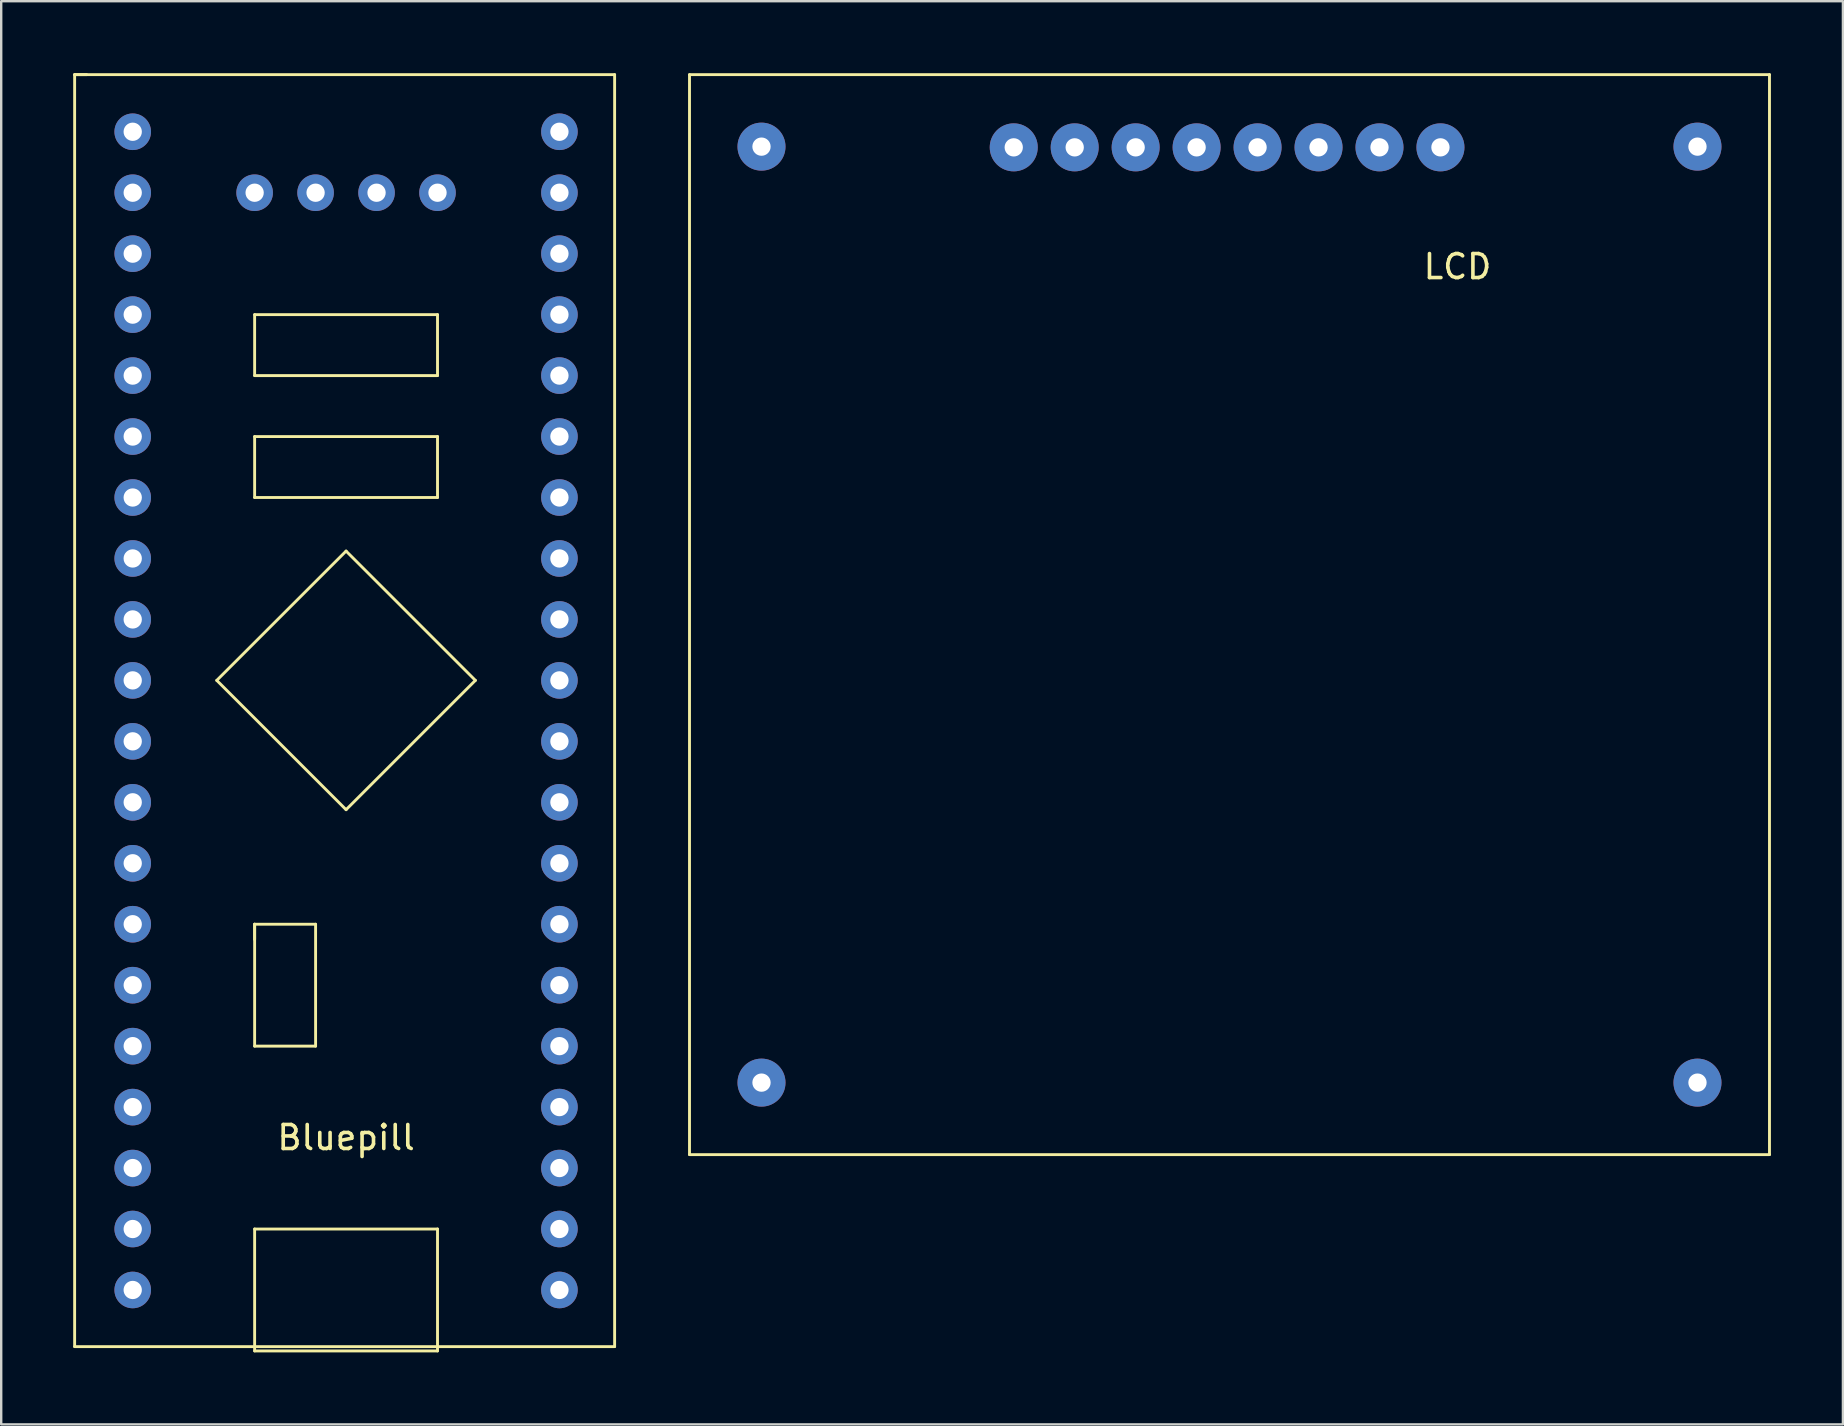
<source format=kicad_pcb>
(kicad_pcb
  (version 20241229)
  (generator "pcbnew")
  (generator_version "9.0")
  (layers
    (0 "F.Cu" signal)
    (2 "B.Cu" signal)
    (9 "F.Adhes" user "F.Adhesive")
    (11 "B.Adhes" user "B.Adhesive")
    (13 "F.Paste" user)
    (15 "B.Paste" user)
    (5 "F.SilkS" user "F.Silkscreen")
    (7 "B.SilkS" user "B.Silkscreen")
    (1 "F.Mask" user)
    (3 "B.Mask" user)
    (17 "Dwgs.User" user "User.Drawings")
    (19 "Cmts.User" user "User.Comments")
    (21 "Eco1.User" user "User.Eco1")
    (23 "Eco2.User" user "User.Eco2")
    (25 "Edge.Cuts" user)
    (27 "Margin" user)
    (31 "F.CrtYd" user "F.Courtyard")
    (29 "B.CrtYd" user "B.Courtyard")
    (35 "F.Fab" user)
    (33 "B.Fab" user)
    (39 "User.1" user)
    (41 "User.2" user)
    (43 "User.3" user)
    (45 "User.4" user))
  (footprint "LCD"
    (layer "F.Cu")
    (at 47.68 22.06)
    (property "Reference" "LCD" (at 10 -14 0) (layer "F.SilkS") (effects (font (size 1 1) (thickness 0.15))))
    (attr through_hole)
    (fp_line (start -22 -22) (end 23 -22) (stroke (width 0.12) (type solid)) (layer "F.SilkS"))
    (fp_line (start -22 23) (end -22 -22) (stroke (width 0.12) (type solid)) (layer "F.SilkS"))
    (fp_line (start 23 -22) (end 23 23) (stroke (width 0.12) (type solid)) (layer "F.SilkS"))
    (fp_line (start 23 23) (end -22 23) (stroke (width 0.12) (type solid)) (layer "F.SilkS"))
    (pad "" np_thru_hole circle (at -19 -19) (size 2 2) (drill 0.762) (layers "*.Cu" "*.Mask"))
    (pad "" np_thru_hole circle (at -19 20) (size 2 2) (drill 0.762) (layers "*.Cu" "*.Mask"))
    (pad "" np_thru_hole circle (at 20 -19) (size 2 2) (drill 0.762) (layers "*.Cu" "*.Mask"))
    (pad "" np_thru_hole circle (at 20 20) (size 2 2) (drill 0.762) (layers "*.Cu" "*.Mask"))
    (pad "1" thru_hole circle (at 9.29 -18.97 180) (size 2 2) (drill 0.762) (layers "*.Cu" "*.Mask"))
    (pad "2" thru_hole circle (at 6.75 -18.97 180) (size 2 2) (drill 0.762) (layers "*.Cu" "*.Mask"))
    (pad "3" thru_hole circle (at 4.21 -18.97 180) (size 2 2) (drill 0.762) (layers "*.Cu" "*.Mask"))
    (pad "4" thru_hole circle (at 1.67 -18.97 180) (size 2 2) (drill 0.762) (layers "*.Cu" "*.Mask"))
    (pad "5" thru_hole circle (at -0.87 -18.97 180) (size 2 2) (drill 0.762) (layers "*.Cu" "*.Mask"))
    (pad "6" thru_hole circle (at -3.41 -18.97 180) (size 2 2) (drill 0.762) (layers "*.Cu" "*.Mask"))
    (pad "7" thru_hole circle (at -5.95 -18.97 180) (size 2 2) (drill 0.762) (layers "*.Cu" "*.Mask"))
    (pad "8" thru_hole circle (at -8.49 -18.97 180) (size 2 2) (drill 0.762) (layers "*.Cu" "*.Mask")))
  (footprint "Bluepill"
    (layer "F.Cu")
    (at 11.37 25.3)
    (property "Reference" "Bluepill" (at 0 19.05 0) (layer "F.SilkS") (effects (font (size 1 1) (thickness 0.15))))
    (attr through_hole)
    (fp_line (start -11.31 -25.24) (end -11.31 27.76) (stroke (width 0.12) (type solid)) (layer "F.SilkS"))
    (fp_line (start -11.31 -25.24) (end -10.81 -25.24) (stroke (width 0.12) (type solid)) (layer "F.SilkS"))
    (fp_line (start -11.31 27.76) (end 11.19 27.76) (stroke (width 0.12) (type solid)) (layer "F.SilkS"))
    (fp_line (start -5.388 0) (end 0 5.388) (stroke (width 0.12) (type solid)) (layer "F.SilkS"))
    (fp_line (start -3.81 -15.24) (end -3.81 -12.7) (stroke (width 0.12) (type solid)) (layer "F.SilkS"))
    (fp_line (start -3.81 -12.7) (end 3.81 -12.7) (stroke (width 0.12) (type solid)) (layer "F.SilkS"))
    (fp_line (start -3.81 -10.16) (end -3.81 -7.62) (stroke (width 0.12) (type solid)) (layer "F.SilkS"))
    (fp_line (start -3.81 -7.62) (end 3.81 -7.62) (stroke (width 0.12) (type solid)) (layer "F.SilkS"))
    (fp_line (start -3.81 10.16) (end -3.81 15.24) (stroke (width 0.12) (type solid)) (layer "F.SilkS"))
    (fp_line (start -3.81 10.16) (end -1.27 10.16) (stroke (width 0.12) (type solid)) (layer "F.SilkS"))
    (fp_line (start -3.81 10.795) (end -3.81 10.16) (stroke (width 0.12) (type solid)) (layer "F.SilkS"))
    (fp_line (start -3.81 15.24) (end -1.27 15.24) (stroke (width 0.12) (type solid)) (layer "F.SilkS"))
    (fp_line (start -3.81 22.86) (end 3.81 22.86) (stroke (width 0.12) (type solid)) (layer "F.SilkS"))
    (fp_line (start -3.81 27.94) (end -3.81 22.86) (stroke (width 0.12) (type solid)) (layer "F.SilkS"))
    (fp_line (start -1.27 15.24) (end -1.27 10.16) (stroke (width 0.12) (type solid)) (layer "F.SilkS"))
    (fp_line (start 0 -5.388) (end -5.388 0) (stroke (width 0.12) (type solid)) (layer "F.SilkS"))
    (fp_line (start 0 5.388) (end 5.388 0) (stroke (width 0.12) (type solid)) (layer "F.SilkS"))
    (fp_line (start 3.81 -15.24) (end -3.81 -15.24) (stroke (width 0.12) (type solid)) (layer "F.SilkS"))
    (fp_line (start 3.81 -12.7) (end 3.81 -15.24) (stroke (width 0.12) (type solid)) (layer "F.SilkS"))
    (fp_line (start 3.81 -10.16) (end -3.81 -10.16) (stroke (width 0.12) (type solid)) (layer "F.SilkS"))
    (fp_line (start 3.81 -7.62) (end 3.81 -10.16) (stroke (width 0.12) (type solid)) (layer "F.SilkS"))
    (fp_line (start 3.81 22.86) (end 3.81 27.94) (stroke (width 0.12) (type solid)) (layer "F.SilkS"))
    (fp_line (start 3.81 27.94) (end -3.81 27.94) (stroke (width 0.12) (type solid)) (layer "F.SilkS"))
    (fp_line (start 5.388 0) (end 0 -5.388) (stroke (width 0.12) (type solid)) (layer "F.SilkS"))
    (fp_line (start 11.19 -25.24) (end -11.31 -25.24) (stroke (width 0.12) (type solid)) (layer "F.SilkS"))
    (fp_line (start 11.19 27.76) (end 11.19 -25.24) (stroke (width 0.12) (type solid)) (layer "F.SilkS"))
    (pad "1" thru_hole circle (at -8.89 -22.86) (size 1.524 1.524) (drill 0.762) (layers "*.Cu" "*.Mask"))
    (pad "2" thru_hole circle (at -8.89 -20.32) (size 1.524 1.524) (drill 0.762) (layers "*.Cu" "*.Mask"))
    (pad "3" thru_hole circle (at -8.89 -17.78) (size 1.524 1.524) (drill 0.762) (layers "*.Cu" "*.Mask"))
    (pad "4" thru_hole circle (at -8.89 -15.24) (size 1.524 1.524) (drill 0.762) (layers "*.Cu" "*.Mask"))
    (pad "5" thru_hole circle (at -8.89 -12.7) (size 1.524 1.524) (drill 0.762) (layers "*.Cu" "*.Mask"))
    (pad "6" thru_hole circle (at -8.89 -10.16) (size 1.524 1.524) (drill 0.762) (layers "*.Cu" "*.Mask"))
    (pad "7" thru_hole circle (at -8.89 -7.62) (size 1.524 1.524) (drill 0.762) (layers "*.Cu" "*.Mask"))
    (pad "8" thru_hole circle (at -8.89 -5.08) (size 1.524 1.524) (drill 0.762) (layers "*.Cu" "*.Mask"))
    (pad "9" thru_hole circle (at -8.89 -2.54) (size 1.524 1.524) (drill 0.762) (layers "*.Cu" "*.Mask"))
    (pad "10" thru_hole circle (at -8.89 0) (size 1.524 1.524) (drill 0.762) (layers "*.Cu" "*.Mask"))
    (pad "11" thru_hole circle (at -8.89 2.54) (size 1.524 1.524) (drill 0.762) (layers "*.Cu" "*.Mask"))
    (pad "12" thru_hole circle (at -8.89 5.08) (size 1.524 1.524) (drill 0.762) (layers "*.Cu" "*.Mask"))
    (pad "13" thru_hole circle (at -8.89 7.62) (size 1.524 1.524) (drill 0.762) (layers "*.Cu" "*.Mask"))
    (pad "14" thru_hole circle (at -8.89 10.16) (size 1.524 1.524) (drill 0.762) (layers "*.Cu" "*.Mask"))
    (pad "15" thru_hole circle (at -8.89 12.7) (size 1.524 1.524) (drill 0.762) (layers "*.Cu" "*.Mask"))
    (pad "16" thru_hole circle (at -8.89 15.24) (size 1.524 1.524) (drill 0.762) (layers "*.Cu" "*.Mask"))
    (pad "17" thru_hole circle (at -8.89 17.78) (size 1.524 1.524) (drill 0.762) (layers "*.Cu" "*.Mask"))
    (pad "18" thru_hole circle (at -8.89 20.32) (size 1.524 1.524) (drill 0.762) (layers "*.Cu" "*.Mask"))
    (pad "19" thru_hole circle (at -8.89 22.86) (size 1.524 1.524) (drill 0.762) (layers "*.Cu" "*.Mask"))
    (pad "20" thru_hole circle (at -8.89 25.4) (size 1.524 1.524) (drill 0.762) (layers "*.Cu" "*.Mask"))
    (pad "21" thru_hole circle (at 8.89 22.86) (size 1.524 1.524) (drill 0.762) (layers "*.Cu" "*.Mask"))
    (pad "22" thru_hole circle (at 8.89 20.32) (size 1.524 1.524) (drill 0.762) (layers "*.Cu" "*.Mask"))
    (pad "23" thru_hole circle (at 8.89 17.78) (size 1.524 1.524) (drill 0.762) (layers "*.Cu" "*.Mask"))
    (pad "24" thru_hole circle (at 8.89 15.24) (size 1.524 1.524) (drill 0.762) (layers "*.Cu" "*.Mask"))
    (pad "25" thru_hole circle (at 8.89 12.7) (size 1.524 1.524) (drill 0.762) (layers "*.Cu" "*.Mask"))
    (pad "26" thru_hole circle (at 8.89 10.16) (size 1.524 1.524) (drill 0.762) (layers "*.Cu" "*.Mask"))
    (pad "27" thru_hole circle (at 8.89 7.62) (size 1.524 1.524) (drill 0.762) (layers "*.Cu" "*.Mask"))
    (pad "28" thru_hole circle (at 8.89 5.08) (size 1.524 1.524) (drill 0.762) (layers "*.Cu" "*.Mask"))
    (pad "29" thru_hole circle (at 8.89 2.54) (size 1.524 1.524) (drill 0.762) (layers "*.Cu" "*.Mask"))
    (pad "30" thru_hole circle (at 8.89 0) (size 1.524 1.524) (drill 0.762) (layers "*.Cu" "*.Mask"))
    (pad "31" thru_hole circle (at 8.89 -2.54) (size 1.524 1.524) (drill 0.762) (layers "*.Cu" "*.Mask"))
    (pad "32" thru_hole circle (at 8.89 -5.08) (size 1.524 1.524) (drill 0.762) (layers "*.Cu" "*.Mask"))
    (pad "33" thru_hole circle (at 8.89 -7.62) (size 1.524 1.524) (drill 0.762) (layers "*.Cu" "*.Mask"))
    (pad "34" thru_hole circle (at 8.89 -10.16) (size 1.524 1.524) (drill 0.762) (layers "*.Cu" "*.Mask"))
    (pad "35" thru_hole circle (at 8.89 25.4) (size 1.524 1.524) (drill 0.762) (layers "*.Cu" "*.Mask"))
    (pad "36" thru_hole circle (at 8.89 -12.7) (size 1.524 1.524) (drill 0.762) (layers "*.Cu" "*.Mask"))
    (pad "37" thru_hole circle (at 8.89 -15.24) (size 1.524 1.524) (drill 0.762) (layers "*.Cu" "*.Mask"))
    (pad "38" thru_hole circle (at 8.89 -17.78) (size 1.524 1.524) (drill 0.762) (layers "*.Cu" "*.Mask"))
    (pad "39" thru_hole circle (at 8.89 -20.32) (size 1.524 1.524) (drill 0.762) (layers "*.Cu" "*.Mask"))
    (pad "40" thru_hole circle (at 8.89 -22.86) (size 1.524 1.524) (drill 0.762) (layers "*.Cu" "*.Mask"))
    (pad "41" thru_hole circle (at 3.81 -20.32) (size 1.524 1.524) (drill 0.762) (layers "*.Cu" "*.Mask"))
    (pad "42" thru_hole circle (at 1.27 -20.32) (size 1.524 1.524) (drill 0.762) (layers "*.Cu" "*.Mask"))
    (pad "43" thru_hole circle (at -1.27 -20.32) (size 1.524 1.524) (drill 0.762) (layers "*.Cu" "*.Mask"))
    (pad "44" thru_hole circle (at -3.81 -20.32) (size 1.524 1.524) (drill 0.762) (layers "*.Cu" "*.Mask")))
  (gr_rect
    (start -3 -3)
    (end 73.74 56.3)
    (stroke (width 0.1) (type default))
    (fill no)
    (layer "Edge.Cuts")))
</source>
